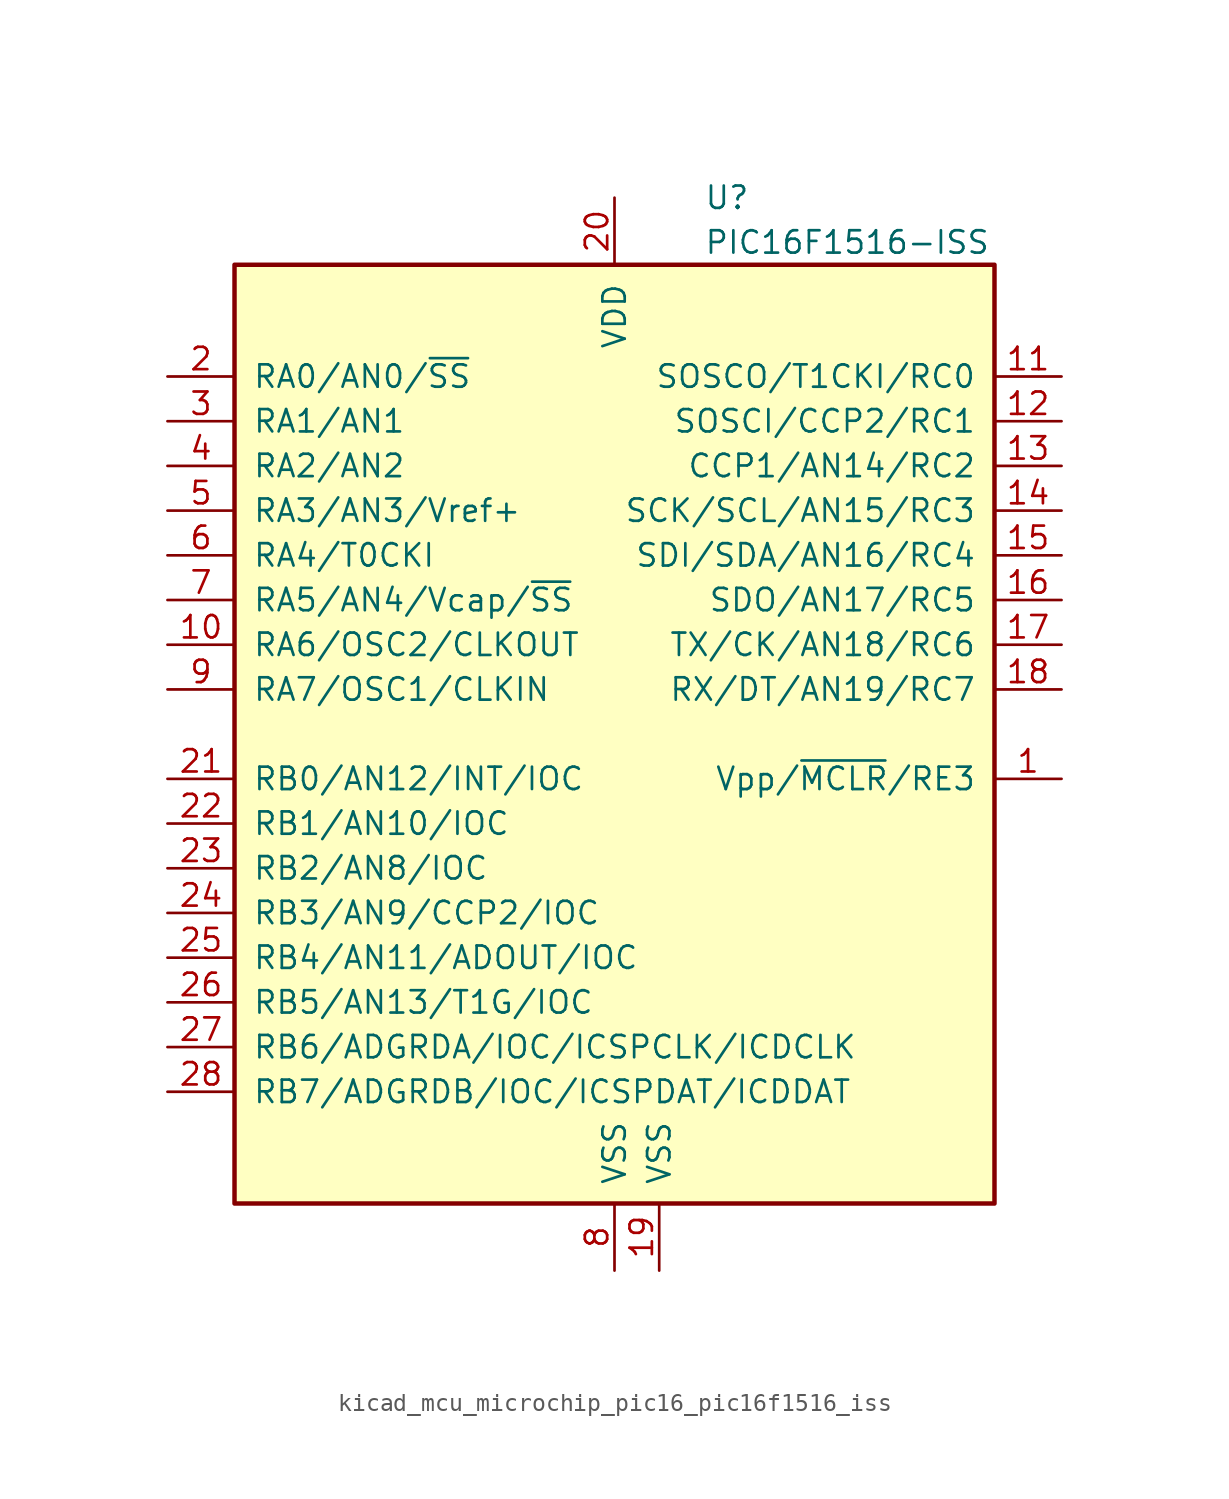
<source format=kicad_sym>
(kicad_symbol_lib
  (version 20220914)
  (generator kicad_symbol_editor)
  (symbol "kicad_mcu_microchip_pic16_pic16f1516_iss"
    (pin_names
      (offset 1.016))
    (property "Reference" "U"
      (at 5.08 30.48 0)
      (effects (font (size 1.27 1.27)) (justify left)))
    (property "Value" "PIC16F1516-ISS"
      (at 5.08 27.94 0)
      (effects (font (size 1.27 1.27)) (justify left)))
    (symbol "kicad_mcu_microchip_pic16_pic16f1516_iss_0_1"
      (rectangle (start -21.59 26.67) (end 21.59 -26.67) (stroke (width 0.254) (type default)) (fill (type background))))
    (symbol "kicad_mcu_microchip_pic16_pic16f1516_iss_1_1"
      (pin input line (at 25.4 -2.54 180) (length 3.81) (name "Vpp/~{MCLR}/RE3" (effects (font (size 1.27 1.27)))) (number "1" (effects (font (size 1.27 1.27)))))
      (pin bidirectional line (at -25.4 5.08 0) (length 3.81) (name "RA6/OSC2/CLKOUT" (effects (font (size 1.27 1.27)))) (number "10" (effects (font (size 1.27 1.27)))))
      (pin bidirectional line (at 25.4 20.32 180) (length 3.81) (name "SOSCO/T1CKI/RC0" (effects (font (size 1.27 1.27)))) (number "11" (effects (font (size 1.27 1.27)))))
      (pin bidirectional line (at 25.4 17.78 180) (length 3.81) (name "SOSCI/CCP2/RC1" (effects (font (size 1.27 1.27)))) (number "12" (effects (font (size 1.27 1.27)))))
      (pin bidirectional line (at 25.4 15.24 180) (length 3.81) (name "CCP1/AN14/RC2" (effects (font (size 1.27 1.27)))) (number "13" (effects (font (size 1.27 1.27)))))
      (pin bidirectional line (at 25.4 12.7 180) (length 3.81) (name "SCK/SCL/AN15/RC3" (effects (font (size 1.27 1.27)))) (number "14" (effects (font (size 1.27 1.27)))))
      (pin bidirectional line (at 25.4 10.16 180) (length 3.81) (name "SDI/SDA/AN16/RC4" (effects (font (size 1.27 1.27)))) (number "15" (effects (font (size 1.27 1.27)))))
      (pin bidirectional line (at 25.4 7.62 180) (length 3.81) (name "SDO/AN17/RC5" (effects (font (size 1.27 1.27)))) (number "16" (effects (font (size 1.27 1.27)))))
      (pin bidirectional line (at 25.4 5.08 180) (length 3.81) (name "TX/CK/AN18/RC6" (effects (font (size 1.27 1.27)))) (number "17" (effects (font (size 1.27 1.27)))))
      (pin bidirectional line (at 25.4 2.54 180) (length 3.81) (name "RX/DT/AN19/RC7" (effects (font (size 1.27 1.27)))) (number "18" (effects (font (size 1.27 1.27)))))
      (pin power_in line (at 2.54 -30.48 90) (length 3.81) (name "VSS" (effects (font (size 1.27 1.27)))) (number "19" (effects (font (size 1.27 1.27)))))
      (pin bidirectional line (at -25.4 20.32 0) (length 3.81) (name "RA0/AN0/~{SS}" (effects (font (size 1.27 1.27)))) (number "2" (effects (font (size 1.27 1.27)))))
      (pin power_in line (at 0 30.48 270) (length 3.81) (name "VDD" (effects (font (size 1.27 1.27)))) (number "20" (effects (font (size 1.27 1.27)))))
      (pin bidirectional line (at -25.4 -2.54 0) (length 3.81) (name "RB0/AN12/INT/IOC" (effects (font (size 1.27 1.27)))) (number "21" (effects (font (size 1.27 1.27)))))
      (pin bidirectional line (at -25.4 -5.08 0) (length 3.81) (name "RB1/AN10/IOC" (effects (font (size 1.27 1.27)))) (number "22" (effects (font (size 1.27 1.27)))))
      (pin bidirectional line (at -25.4 -7.62 0) (length 3.81) (name "RB2/AN8/IOC" (effects (font (size 1.27 1.27)))) (number "23" (effects (font (size 1.27 1.27)))))
      (pin bidirectional line (at -25.4 -10.16 0) (length 3.81) (name "RB3/AN9/CCP2/IOC" (effects (font (size 1.27 1.27)))) (number "24" (effects (font (size 1.27 1.27)))))
      (pin bidirectional line (at -25.4 -12.7 0) (length 3.81) (name "RB4/AN11/ADOUT/IOC" (effects (font (size 1.27 1.27)))) (number "25" (effects (font (size 1.27 1.27)))))
      (pin bidirectional line (at -25.4 -15.24 0) (length 3.81) (name "RB5/AN13/T1G/IOC" (effects (font (size 1.27 1.27)))) (number "26" (effects (font (size 1.27 1.27)))))
      (pin bidirectional line (at -25.4 -17.78 0) (length 3.81) (name "RB6/ADGRDA/IOC/ICSPCLK/ICDCLK" (effects (font (size 1.27 1.27)))) (number "27" (effects (font (size 1.27 1.27)))))
      (pin bidirectional line (at -25.4 -20.32 0) (length 3.81) (name "RB7/ADGRDB/IOC/ICSPDAT/ICDDAT" (effects (font (size 1.27 1.27)))) (number "28" (effects (font (size 1.27 1.27)))))
      (pin bidirectional line (at -25.4 17.78 0) (length 3.81) (name "RA1/AN1" (effects (font (size 1.27 1.27)))) (number "3" (effects (font (size 1.27 1.27)))))
      (pin bidirectional line (at -25.4 15.24 0) (length 3.81) (name "RA2/AN2" (effects (font (size 1.27 1.27)))) (number "4" (effects (font (size 1.27 1.27)))))
      (pin bidirectional line (at -25.4 12.7 0) (length 3.81) (name "RA3/AN3/Vref+" (effects (font (size 1.27 1.27)))) (number "5" (effects (font (size 1.27 1.27)))))
      (pin bidirectional line (at -25.4 10.16 0) (length 3.81) (name "RA4/T0CKI" (effects (font (size 1.27 1.27)))) (number "6" (effects (font (size 1.27 1.27)))))
      (pin bidirectional line (at -25.4 7.62 0) (length 3.81) (name "RA5/AN4/Vcap/~{SS}" (effects (font (size 1.27 1.27)))) (number "7" (effects (font (size 1.27 1.27)))))
      (pin power_in line (at 0 -30.48 90) (length 3.81) (name "VSS" (effects (font (size 1.27 1.27)))) (number "8" (effects (font (size 1.27 1.27)))))
      (pin bidirectional line (at -25.4 2.54 0) (length 3.81) (name "RA7/OSC1/CLKIN" (effects (font (size 1.27 1.27)))) (number "9" (effects (font (size 1.27 1.27))))))))
</source>
